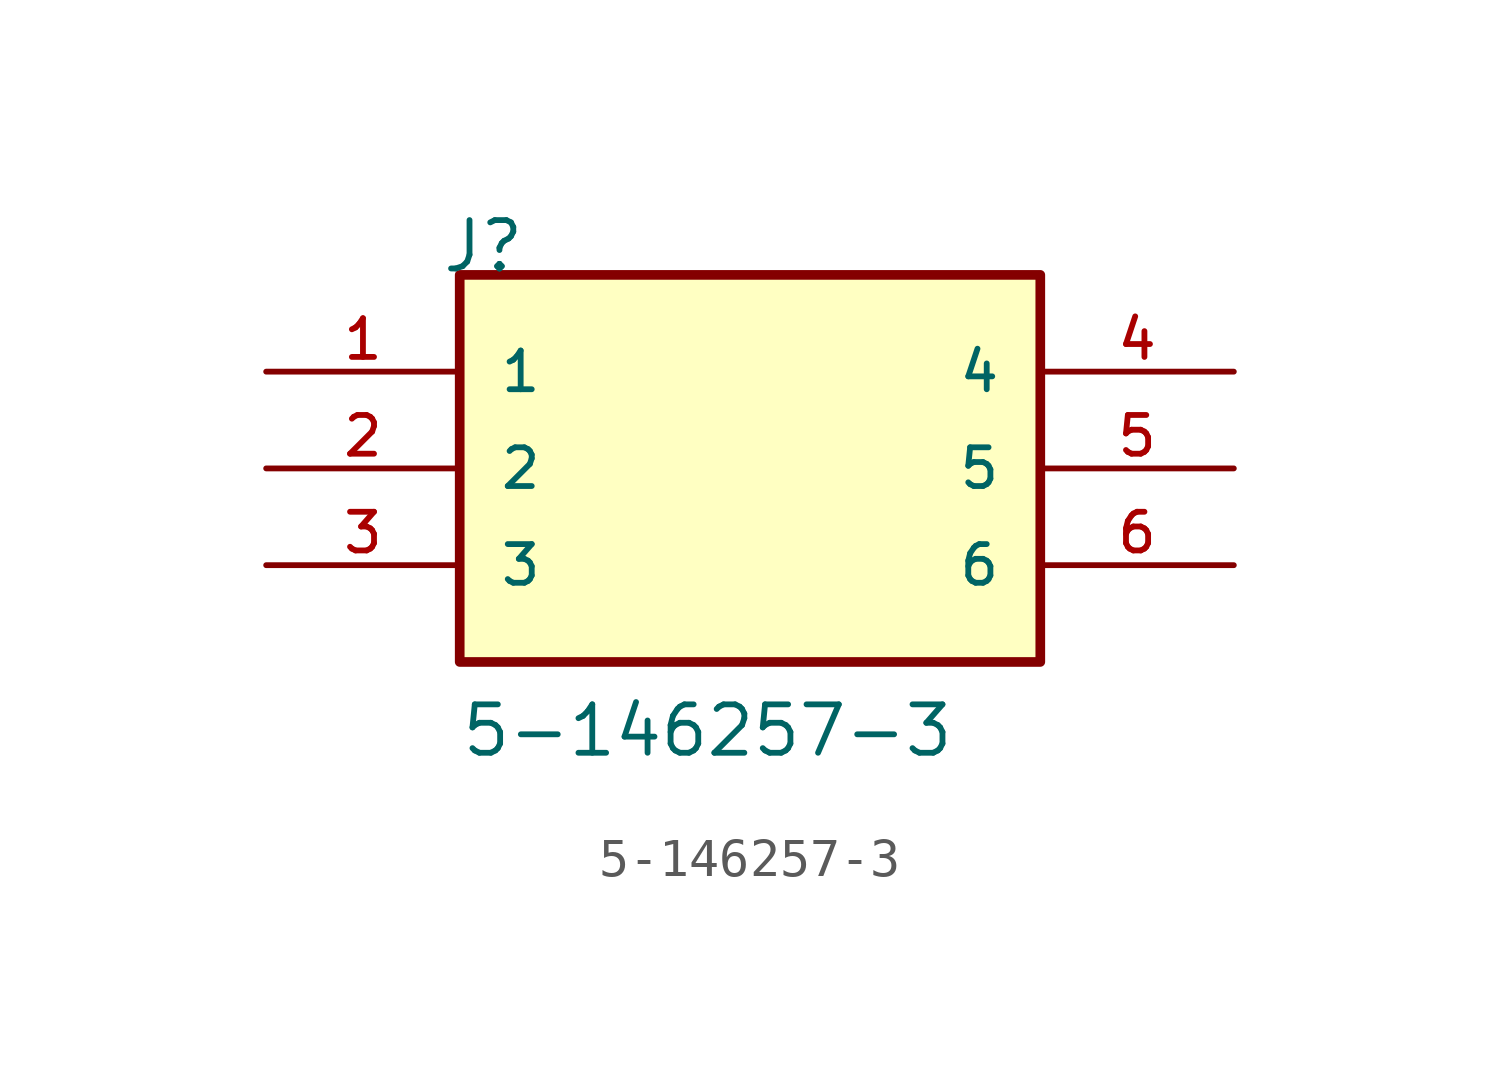
<source format=kicad_sym>
(kicad_symbol_lib
  (version 20211014)
  (generator kicad_symbol_editor)
  (symbol "5-146257-3"
    (pin_names
      (offset 1.016))
    (property "Reference" "J"
      (at -8.128 5.085 0)
      (effects (font (size 1.27 1.27)) (justify bottom left)))
    (property "Value" "5-146257-3"
      (at -7.627 -7.627 0)
      (effects (font (size 1.27 1.27)) (justify bottom left)))
    (symbol "5-146257-3_0_0"
      (rectangle (start -7.62 -5.08) (end 7.62 5.08) (stroke (width 0.254)) (fill (type background)))
      (pin passive line (at -12.7 2.54 0) (length 5.08) (name "1" (effects (font (size 1.016 1.016)))) (number "1" (effects (font (size 1.016 1.016)))))
      (pin passive line (at -12.7 0.0 0) (length 5.08) (name "2" (effects (font (size 1.016 1.016)))) (number "2" (effects (font (size 1.016 1.016)))))
      (pin passive line (at -12.7 -2.54 0) (length 5.08) (name "3" (effects (font (size 1.016 1.016)))) (number "3" (effects (font (size 1.016 1.016)))))
      (pin passive line (at 12.7 2.54 180.0) (length 5.08) (name "4" (effects (font (size 1.016 1.016)))) (number "4" (effects (font (size 1.016 1.016)))))
      (pin passive line (at 12.7 0.0 180.0) (length 5.08) (name "5" (effects (font (size 1.016 1.016)))) (number "5" (effects (font (size 1.016 1.016)))))
      (pin passive line (at 12.7 -2.54 180.0) (length 5.08) (name "6" (effects (font (size 1.016 1.016)))) (number "6" (effects (font (size 1.016 1.016))))))))
</source>
